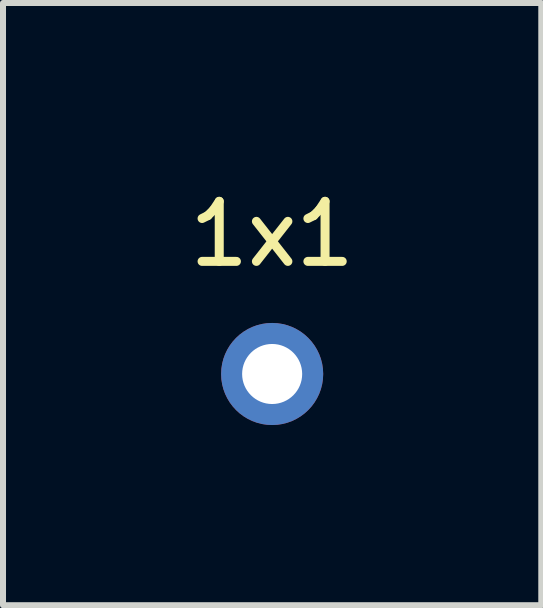
<source format=kicad_pcb>
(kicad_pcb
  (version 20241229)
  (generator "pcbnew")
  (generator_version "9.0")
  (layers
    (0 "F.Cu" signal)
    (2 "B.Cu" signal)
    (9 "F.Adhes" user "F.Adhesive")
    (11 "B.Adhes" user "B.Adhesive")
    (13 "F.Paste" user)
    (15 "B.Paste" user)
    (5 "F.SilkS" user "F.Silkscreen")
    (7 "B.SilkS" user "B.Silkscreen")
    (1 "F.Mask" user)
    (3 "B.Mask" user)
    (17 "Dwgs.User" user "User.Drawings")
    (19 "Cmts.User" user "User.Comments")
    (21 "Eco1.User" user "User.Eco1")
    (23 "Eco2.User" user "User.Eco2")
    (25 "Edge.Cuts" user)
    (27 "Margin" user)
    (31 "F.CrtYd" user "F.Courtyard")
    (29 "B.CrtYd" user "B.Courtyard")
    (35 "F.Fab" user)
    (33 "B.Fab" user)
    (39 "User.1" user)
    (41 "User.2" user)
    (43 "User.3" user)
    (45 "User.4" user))
  (footprint "1x1"
    (layer "F.Cu")
    (at 1.482 3.178)
    (property "Reference" "1x1" (at 0 -2.33 0) (layer "F.SilkS") (effects (font (size 1 1) (thickness 0.15))))
    (attr through_hole)
    (pad "1" thru_hole circle (at 0 0) (size 1.7 1.7) (drill 1) (layers "*.Cu" "*.Mask")))
  (gr_rect
    (start -3 -3)
    (end 5.964 7.028)
    (stroke (width 0.1) (type default))
    (fill no)
    (layer "Edge.Cuts")))
</source>
